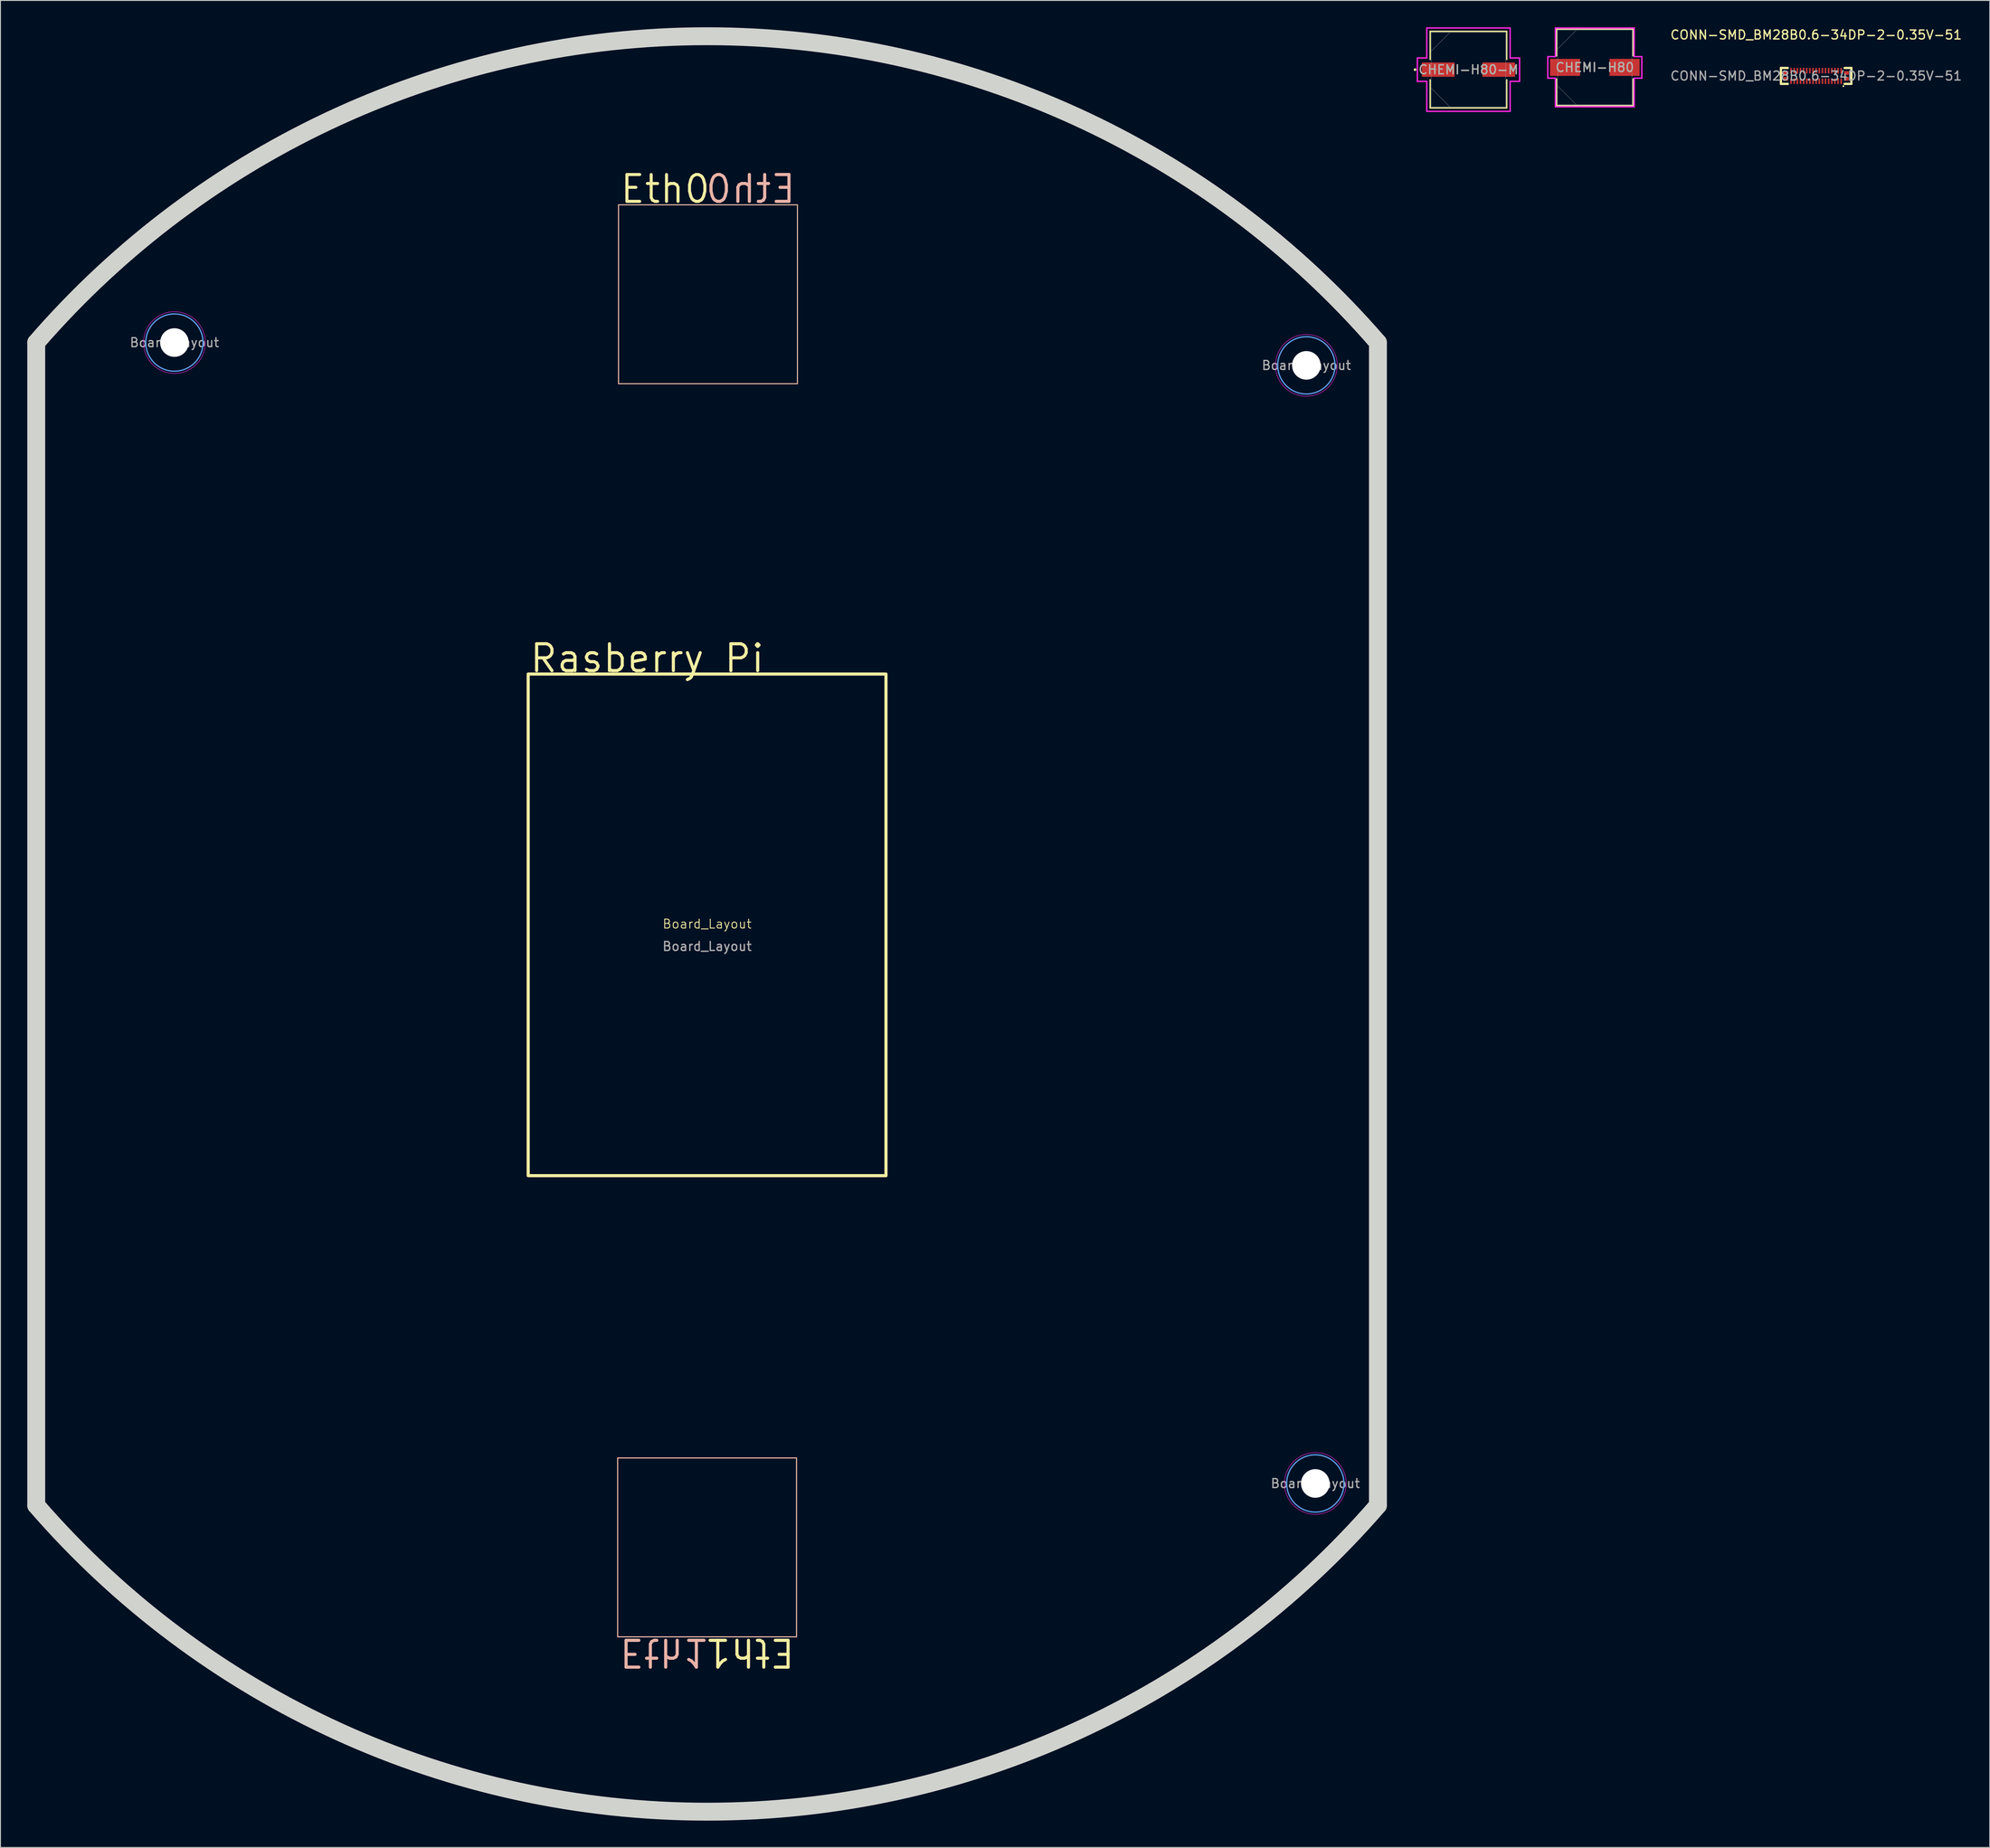
<source format=kicad_pcb>
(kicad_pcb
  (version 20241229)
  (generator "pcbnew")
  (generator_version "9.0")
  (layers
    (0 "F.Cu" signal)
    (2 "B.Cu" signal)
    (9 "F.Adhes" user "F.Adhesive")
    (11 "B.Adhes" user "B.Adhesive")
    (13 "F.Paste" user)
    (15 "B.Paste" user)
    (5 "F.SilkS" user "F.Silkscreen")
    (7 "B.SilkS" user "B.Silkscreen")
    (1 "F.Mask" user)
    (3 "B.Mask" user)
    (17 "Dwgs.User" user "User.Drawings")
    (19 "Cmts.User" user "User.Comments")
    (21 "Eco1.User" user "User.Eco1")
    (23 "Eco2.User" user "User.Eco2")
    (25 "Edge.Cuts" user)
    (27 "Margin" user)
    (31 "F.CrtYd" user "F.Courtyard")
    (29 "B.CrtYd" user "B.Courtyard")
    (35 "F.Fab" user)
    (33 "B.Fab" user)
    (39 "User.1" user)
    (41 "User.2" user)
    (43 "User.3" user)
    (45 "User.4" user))
  (footprint "Board_Layout"
    (layer "F.Cu")
    (at 76 100.247)
    (property "Reference" "Board_Layout" (at 0 0 0) (unlocked yes) (layer "F.SilkS") (effects (font (size 1 1) (thickness 0.1))))
    (attr smd)
    (fp_rect (start -20 -27.94) (end 20 28.14) (stroke (width 0.35) (type default)) (fill no) (layer "F.SilkS"))
    (fp_rect (start -9.9 -80.4) (end 10.1 -60.4) (stroke (width 0.1) (type default)) (fill no) (layer "F.SilkS"))
    (fp_rect (start 10 79.7) (end -10 59.7) (stroke (width 0.1) (type default)) (fill no) (layer "F.SilkS"))
    (fp_rect (start -9.9 -80.4) (end 10.1 -60.4) (stroke (width 0.1) (type default)) (fill no) (layer "B.SilkS"))
    (fp_rect (start 10 79.7) (end -10 59.7) (stroke (width 0.1) (type default)) (fill no) (layer "B.SilkS"))
    (fp_rect (start 10 79.7) (end -10 59.7) (stroke (width 0.1) (type default)) (fill no) (layer "B.SilkS"))
    (fp_circle (center -59.55 -65) (end -56.35 -65) (stroke (width 0.15) (type solid)) (fill no) (layer "Cmts.User"))
    (fp_circle (center 67 -62.45) (end 70.2 -62.45) (stroke (width 0.15) (type solid)) (fill no) (layer "Cmts.User"))
    (fp_circle (center 68 62.55) (end 71.2 62.55) (stroke (width 0.15) (type solid)) (fill no) (layer "Cmts.User"))
    (fp_line (start -75 65) (end -75 -65) (stroke (width 2) (type default)) (layer "Edge.Cuts"))
    (fp_line (start 75 65) (end 75 -65) (stroke (width 2) (type default)) (layer "Edge.Cuts"))
    (fp_arc (start -75 -65) (mid 0 -99.247167) (end 75 -65) (stroke (width 2) (type default)) (layer "Edge.Cuts"))
    (fp_arc (start 75 65) (mid 0 99.244889) (end -75 65) (stroke (width 2) (type default)) (layer "Edge.Cuts"))
    (fp_circle (center -59.55 -65) (end -56.1 -65) (stroke (width 0.05) (type solid)) (fill no) (layer "F.CrtYd"))
    (fp_circle (center 67 -62.45) (end 70.45 -62.45) (stroke (width 0.05) (type solid)) (fill no) (layer "F.CrtYd"))
    (fp_circle (center 68 62.55) (end 71.45 62.55) (stroke (width 0.05) (type solid)) (fill no) (layer "F.CrtYd"))
    (fp_text user "Rasberry Pi" (at -20 -27.94 0) (unlocked yes) (layer "F.SilkS") (effects (font (size 3 3) (thickness 0.35)) (justify left bottom)))
    (fp_text user "Eth0" (at -9.9 -80.4 0) (unlocked yes) (layer "F.SilkS") (effects (font (size 3 3) (thickness 0.34)) (justify left bottom)))
    (fp_text user "Eth1" (at 10 79.7 180) (unlocked yes) (layer "F.SilkS") (effects (font (size 3 3) (thickness 0.35)) (justify left bottom)))
    (fp_text user "Eth0" (at 10.1 -80.4 0) (unlocked yes) (layer "B.SilkS") (effects (font (size 3 3) (thickness 0.35)) (justify left bottom mirror)))
    (fp_text user "Eth1" (at -10 79.7 180) (unlocked yes) (layer "B.SilkS") (effects (font (size 3 3) (thickness 0.35)) (justify left bottom mirror)))
    (fp_text user "${REFERENCE}" (at 67 -62.45 0) (layer "F.Fab") (effects (font (size 1 1) (thickness 0.15))))
    (fp_text user "${REFERENCE}" (at 68 62.55 0) (layer "F.Fab") (effects (font (size 1 1) (thickness 0.15))))
    (fp_text user "${REFERENCE}" (at -59.55 -65 0) (layer "F.Fab") (effects (font (size 1 1) (thickness 0.15))))
    (fp_text user "${REFERENCE}" (at 0 2.5 0) (unlocked yes) (layer "F.Fab") (effects (font (size 1 1) (thickness 0.15))))
    (pad "" np_thru_hole circle (at -59.55 -65) (size 3.2 3.2) (drill 3.2) (layers "*.Cu" "*.Mask"))
    (pad "" np_thru_hole circle (at 67 -62.45) (size 3.2 3.2) (drill 3.2) (layers "*.Cu" "*.Mask"))
    (pad "" np_thru_hole circle (at 68 62.55) (size 3.2 3.2) (drill 3.2) (layers "*.Cu" "*.Mask")))
  (footprint "CHEMI-H80"
    (layer "F.Cu")
    (at 175.247 4.483)
    (property "Reference" "CHEMI-H80" (at 0 0 0) (unlocked yes) (layer "F.SilkS") (effects (font (size 1 1) (thickness 0.15))))
    (attr smd)
    (fp_line (start -4.28 -4.28) (end -4.28 -1.285) (stroke (width 0.152) (type solid)) (layer "F.SilkS"))
    (fp_line (start -4.28 1.285) (end -4.28 4.28) (stroke (width 0.152) (type solid)) (layer "F.SilkS"))
    (fp_line (start -4.28 4.28) (end 4.28 4.28) (stroke (width 0.152) (type solid)) (layer "F.SilkS"))
    (fp_line (start 4.28 -4.28) (end -4.28 -4.28) (stroke (width 0.152) (type solid)) (layer "F.SilkS"))
    (fp_line (start 4.28 -1.285) (end 4.28 -4.28) (stroke (width 0.152) (type solid)) (layer "F.SilkS"))
    (fp_line (start 4.28 4.28) (end 4.28 1.285) (stroke (width 0.152) (type solid)) (layer "F.SilkS"))
    (fp_line (start -5.258 -1.206) (end -4.407 -1.206) (stroke (width 0.152) (type solid)) (layer "F.CrtYd"))
    (fp_line (start -5.258 1.206) (end -5.258 -1.206) (stroke (width 0.152) (type solid)) (layer "F.CrtYd"))
    (fp_line (start -4.407 -4.407) (end 4.407 -4.407) (stroke (width 0.152) (type solid)) (layer "F.CrtYd"))
    (fp_line (start -4.407 -1.206) (end -4.407 -4.407) (stroke (width 0.152) (type solid)) (layer "F.CrtYd"))
    (fp_line (start -4.407 1.206) (end -5.258 1.206) (stroke (width 0.152) (type solid)) (layer "F.CrtYd"))
    (fp_line (start -4.407 4.407) (end -4.407 1.206) (stroke (width 0.152) (type solid)) (layer "F.CrtYd"))
    (fp_line (start 4.407 -4.407) (end 4.407 -1.206) (stroke (width 0.152) (type solid)) (layer "F.CrtYd"))
    (fp_line (start 4.407 -1.206) (end 5.258 -1.206) (stroke (width 0.152) (type solid)) (layer "F.CrtYd"))
    (fp_line (start 4.407 1.206) (end 4.407 4.407) (stroke (width 0.152) (type solid)) (layer "F.CrtYd"))
    (fp_line (start 4.407 4.407) (end -4.407 4.407) (stroke (width 0.152) (type solid)) (layer "F.CrtYd"))
    (fp_line (start 5.258 -1.206) (end 5.258 1.206) (stroke (width 0.152) (type solid)) (layer "F.CrtYd"))
    (fp_line (start 5.258 1.206) (end 4.407 1.206) (stroke (width 0.152) (type solid)) (layer "F.CrtYd"))
    (fp_line (start -4.153 -4.153) (end -4.153 4.153) (stroke (width 0.025) (type solid)) (layer "F.Fab"))
    (fp_line (start -4.153 -2.076) (end -2.076 -4.153) (stroke (width 0.025) (type solid)) (layer "F.Fab"))
    (fp_line (start -4.153 2.076) (end -2.076 4.153) (stroke (width 0.025) (type solid)) (layer "F.Fab"))
    (fp_line (start -4.153 4.153) (end 4.153 4.153) (stroke (width 0.025) (type solid)) (layer "F.Fab"))
    (fp_line (start 4.153 -4.153) (end -4.153 -4.153) (stroke (width 0.025) (type solid)) (layer "F.Fab"))
    (fp_line (start 4.153 4.153) (end 4.153 -4.153) (stroke (width 0.025) (type solid)) (layer "F.Fab"))
    (fp_circle (center -3.645 0) (end -3.645 0) (stroke (width 0.025) (type solid)) (fill no) (layer "F.Fab"))
    (fp_text user "${REFERENCE}" (at 0 0 0) (unlocked yes) (layer "F.Fab") (effects (font (size 1 1) (thickness 0.15))))
    (pad "1" smd rect (at -3.327 0) (size 3.353 1.905) (layers "F.Cu" "F.Mask" "F.Paste"))
    (pad "2" smd rect (at 3.327 0) (size 3.353 1.905) (layers "F.Cu" "F.Mask" "F.Paste"))
    (zone (net_name "") (layer "F.Cu") (hatch full 0.508) (connect_pads) (min_thickness 0.254) (filled_areas_thickness no) (keepout (tracks not_allowed) (vias not_allowed) (pads allowed) (copperpour not_allowed) (footprints allowed)) (placement (enabled no)) (fill) (polygon (pts (xy 171.144 0.381) (xy 179.349 0.381) (xy 179.349 3.48) (xy 171.144 3.48))))
    (zone (net_name "") (layer "F.Cu") (hatch full 0.508) (connect_pads) (min_thickness 0.254) (filled_areas_thickness no) (keepout (tracks not_allowed) (vias not_allowed) (pads allowed) (copperpour not_allowed) (footprints allowed)) (placement (enabled no)) (fill) (polygon (pts (xy 171.144 5.486) (xy 179.349 5.486) (xy 179.349 8.585) (xy 171.144 8.585))))
    (zone (net_name "") (layer "F.Cu") (hatch full 0.508) (connect_pads) (min_thickness 0.254) (filled_areas_thickness no) (keepout (tracks not_allowed) (vias not_allowed) (pads allowed) (copperpour not_allowed) (footprints allowed)) (placement (enabled no)) (fill) (polygon (pts (xy 173.646 3.48) (xy 176.847 3.48) (xy 176.847 5.486) (xy 173.646 5.486)))))
  (footprint "CHEMI-H80-M"
    (layer "F.Cu")
    (at 161.121 4.737)
    (property "Reference" "CHEMI-H80-M" (at 0 0 0) (unlocked yes) (layer "F.SilkS") (effects (font (size 1 1) (thickness 0.15))))
    (attr smd)
    (fp_line (start -4.28 -4.28) (end -4.28 -1.133) (stroke (width 0.152) (type solid)) (layer "F.SilkS"))
    (fp_line (start -4.28 1.133) (end -4.28 4.28) (stroke (width 0.152) (type solid)) (layer "F.SilkS"))
    (fp_line (start -4.28 4.28) (end 4.28 4.28) (stroke (width 0.152) (type solid)) (layer "F.SilkS"))
    (fp_line (start 4.28 -4.28) (end -4.28 -4.28) (stroke (width 0.152) (type solid)) (layer "F.SilkS"))
    (fp_line (start 4.28 -1.133) (end 4.28 -4.28) (stroke (width 0.152) (type solid)) (layer "F.SilkS"))
    (fp_line (start 4.28 4.28) (end 4.28 1.133) (stroke (width 0.152) (type solid)) (layer "F.SilkS"))
    (fp_circle (center -5.969 0) (end -5.893 0) (stroke (width 0.152) (type solid)) (fill no) (layer "F.SilkS"))
    (fp_line (start -5.715 -1.308) (end -4.661 -1.308) (stroke (width 0.152) (type solid)) (layer "F.CrtYd"))
    (fp_line (start -5.715 1.308) (end -5.715 -1.308) (stroke (width 0.152) (type solid)) (layer "F.CrtYd"))
    (fp_line (start -4.661 -4.661) (end 4.661 -4.661) (stroke (width 0.152) (type solid)) (layer "F.CrtYd"))
    (fp_line (start -4.661 -1.308) (end -4.661 -4.661) (stroke (width 0.152) (type solid)) (layer "F.CrtYd"))
    (fp_line (start -4.661 1.308) (end -5.715 1.308) (stroke (width 0.152) (type solid)) (layer "F.CrtYd"))
    (fp_line (start -4.661 4.661) (end -4.661 1.308) (stroke (width 0.152) (type solid)) (layer "F.CrtYd"))
    (fp_line (start 4.661 -4.661) (end 4.661 -1.308) (stroke (width 0.152) (type solid)) (layer "F.CrtYd"))
    (fp_line (start 4.661 -1.308) (end 5.715 -1.308) (stroke (width 0.152) (type solid)) (layer "F.CrtYd"))
    (fp_line (start 4.661 1.308) (end 4.661 4.661) (stroke (width 0.152) (type solid)) (layer "F.CrtYd"))
    (fp_line (start 4.661 4.661) (end -4.661 4.661) (stroke (width 0.152) (type solid)) (layer "F.CrtYd"))
    (fp_line (start 5.715 -1.308) (end 5.715 1.308) (stroke (width 0.152) (type solid)) (layer "F.CrtYd"))
    (fp_line (start 5.715 1.308) (end 4.661 1.308) (stroke (width 0.152) (type solid)) (layer "F.CrtYd"))
    (fp_line (start -4.153 -4.153) (end -4.153 4.153) (stroke (width 0.025) (type solid)) (layer "F.Fab"))
    (fp_line (start -4.153 -2.076) (end -2.076 -4.153) (stroke (width 0.025) (type solid)) (layer "F.Fab"))
    (fp_line (start -4.153 2.076) (end -2.076 4.153) (stroke (width 0.025) (type solid)) (layer "F.Fab"))
    (fp_line (start -4.153 4.153) (end 4.153 4.153) (stroke (width 0.025) (type solid)) (layer "F.Fab"))
    (fp_line (start 4.153 -4.153) (end -4.153 -4.153) (stroke (width 0.025) (type solid)) (layer "F.Fab"))
    (fp_line (start 4.153 4.153) (end 4.153 -4.153) (stroke (width 0.025) (type solid)) (layer "F.Fab"))
    (fp_circle (center -3.645 0) (end -3.569 0) (stroke (width 0.025) (type solid)) (fill no) (layer "F.Fab"))
    (fp_text user "${REFERENCE}" (at 0 0 0) (unlocked yes) (layer "F.Fab") (effects (font (size 1 1) (thickness 0.15))))
    (pad "1" smd rect (at -3.378 0) (size 3.658 1.6) (layers "F.Cu" "F.Mask" "F.Paste"))
    (pad "2" smd rect (at 3.378 0) (size 3.658 1.6) (layers "F.Cu" "F.Mask" "F.Paste"))
    (zone (net_name "") (layer "F.Cu") (hatch full 0.508) (connect_pads) (min_thickness 0.254) (filled_areas_thickness no) (keepout (tracks not_allowed) (vias not_allowed) (pads allowed) (copperpour not_allowed) (footprints allowed)) (placement (enabled no)) (fill) (polygon (pts (xy 157.019 0.635) (xy 165.224 0.635) (xy 165.224 3.886) (xy 157.019 3.886))))
    (zone (net_name "") (layer "F.Cu") (hatch full 0.508) (connect_pads) (min_thickness 0.254) (filled_areas_thickness no) (keepout (tracks not_allowed) (vias not_allowed) (pads allowed) (copperpour not_allowed) (footprints allowed)) (placement (enabled no)) (fill) (polygon (pts (xy 157.019 5.588) (xy 165.224 5.588) (xy 165.224 8.839) (xy 157.019 8.839))))
    (zone (net_name "") (layer "F.Cu") (hatch full 0.508) (connect_pads) (min_thickness 0.254) (filled_areas_thickness no) (keepout (tracks not_allowed) (vias not_allowed) (pads allowed) (copperpour not_allowed) (footprints allowed)) (placement (enabled no)) (fill) (polygon (pts (xy 159.623 3.886) (xy 162.62 3.886) (xy 162.62 5.588) (xy 159.623 5.588)))))
  (footprint "CONN-SMD_BM28B0.6-34DP-2-0.35V-51"
    (layer "F.Cu")
    (at 199.991 5.438)
    (property "Reference" "CONN-SMD_BM28B0.6-34DP-2-0.35V-51" (at 0 -4.59 0) (layer "F.SilkS") (effects (font (size 1 1) (thickness 0.15))))
    (attr smd)
    (fp_line (start -3.94 -0.89) (end -3.94 0.89) (stroke (width 0.25) (type solid)) (layer "F.SilkS"))
    (fp_line (start -3.94 0.89) (end -3.17 0.89) (stroke (width 0.25) (type solid)) (layer "F.SilkS"))
    (fp_line (start -3.81 -0.89) (end -3.94 -0.89) (stroke (width 0.25) (type solid)) (layer "F.SilkS"))
    (fp_line (start -3.17 -0.89) (end -3.81 -0.89) (stroke (width 0.25) (type solid)) (layer "F.SilkS"))
    (fp_line (start 3.18 0.89) (end 3.94 0.89) (stroke (width 0.25) (type solid)) (layer "F.SilkS"))
    (fp_line (start 3.94 -0.89) (end 3.18 -0.89) (stroke (width 0.25) (type solid)) (layer "F.SilkS"))
    (fp_line (start 3.94 0.89) (end 3.94 -0.89) (stroke (width 0.25) (type solid)) (layer "F.SilkS"))
    (fp_circle (center 3.05 1.14) (end 3.1 1.14) (stroke (width 0.1) (type solid)) (fill no) (layer "F.SilkS"))
    (fp_circle (center 3.93 0.75) (end 3.96 0.75) (stroke (width 0.06) (type solid)) (fill no) (layer "F.Fab"))
    (fp_text user "${REFERENCE}" (at 0 0 0) (layer "F.Fab") (effects (font (size 1 1) (thickness 0.15))))
    (pad "1" smd rect (at -2.8 0.59) (size 0.18 0.62) (layers "F.Cu" "F.Mask" "F.Paste"))
    (pad "2" smd rect (at -2.8 -0.59) (size 0.18 0.62) (layers "F.Cu" "F.Mask" "F.Paste"))
    (pad "3" smd rect (at -2.45 0.59) (size 0.18 0.62) (layers "F.Cu" "F.Mask" "F.Paste"))
    (pad "4" smd rect (at -2.45 -0.59) (size 0.18 0.62) (layers "F.Cu" "F.Mask" "F.Paste"))
    (pad "5" smd rect (at -2.1 0.59) (size 0.18 0.62) (layers "F.Cu" "F.Mask" "F.Paste"))
    (pad "6" smd rect (at -2.1 -0.59) (size 0.18 0.62) (layers "F.Cu" "F.Mask" "F.Paste"))
    (pad "7" smd rect (at -1.75 0.59) (size 0.18 0.62) (layers "F.Cu" "F.Mask" "F.Paste"))
    (pad "8" smd rect (at -1.75 -0.59) (size 0.18 0.62) (layers "F.Cu" "F.Mask" "F.Paste"))
    (pad "9" smd rect (at -1.4 0.59) (size 0.18 0.62) (layers "F.Cu" "F.Mask" "F.Paste"))
    (pad "10" smd rect (at -1.4 -0.59) (size 0.18 0.62) (layers "F.Cu" "F.Mask" "F.Paste"))
    (pad "11" smd rect (at -1.05 0.59) (size 0.18 0.62) (layers "F.Cu" "F.Mask" "F.Paste"))
    (pad "12" smd rect (at -1.05 -0.59) (size 0.18 0.62) (layers "F.Cu" "F.Mask" "F.Paste"))
    (pad "13" smd rect (at -0.7 0.59) (size 0.18 0.62) (layers "F.Cu" "F.Mask" "F.Paste"))
    (pad "14" smd rect (at -0.7 -0.59) (size 0.18 0.62) (layers "F.Cu" "F.Mask" "F.Paste"))
    (pad "15" smd rect (at -0.35 0.59) (size 0.18 0.62) (layers "F.Cu" "F.Mask" "F.Paste"))
    (pad "16" smd rect (at -0.35 -0.59) (size 0.18 0.62) (layers "F.Cu" "F.Mask" "F.Paste"))
    (pad "17" smd rect (at 0 0.59) (size 0.18 0.62) (layers "F.Cu" "F.Mask" "F.Paste"))
    (pad "18" smd rect (at 0 -0.59) (size 0.18 0.62) (layers "F.Cu" "F.Mask" "F.Paste"))
    (pad "19" smd rect (at 0.35 0.59) (size 0.18 0.62) (layers "F.Cu" "F.Mask" "F.Paste"))
    (pad "20" smd rect (at 0.35 -0.59) (size 0.18 0.62) (layers "F.Cu" "F.Mask" "F.Paste"))
    (pad "21" smd rect (at 0.7 0.59) (size 0.18 0.62) (layers "F.Cu" "F.Mask" "F.Paste"))
    (pad "22" smd rect (at 0.7 -0.59) (size 0.18 0.62) (layers "F.Cu" "F.Mask" "F.Paste"))
    (pad "23" smd rect (at 1.05 0.59) (size 0.18 0.62) (layers "F.Cu" "F.Mask" "F.Paste"))
    (pad "24" smd rect (at 1.05 -0.59) (size 0.18 0.62) (layers "F.Cu" "F.Mask" "F.Paste"))
    (pad "25" smd rect (at 1.4 0.59) (size 0.18 0.62) (layers "F.Cu" "F.Mask" "F.Paste"))
    (pad "26" smd rect (at 1.4 -0.59) (size 0.18 0.62) (layers "F.Cu" "F.Mask" "F.Paste"))
    (pad "27" smd rect (at 1.75 0.59) (size 0.18 0.62) (layers "F.Cu" "F.Mask" "F.Paste"))
    (pad "28" smd rect (at 1.75 -0.59) (size 0.18 0.62) (layers "F.Cu" "F.Mask" "F.Paste"))
    (pad "29" smd rect (at 2.1 0.59) (size 0.18 0.62) (layers "F.Cu" "F.Mask" "F.Paste"))
    (pad "30" smd rect (at 2.1 -0.59) (size 0.18 0.62) (layers "F.Cu" "F.Mask" "F.Paste"))
    (pad "31" smd rect (at 2.45 0.59) (size 0.18 0.62) (layers "F.Cu" "F.Mask" "F.Paste"))
    (pad "32" smd rect (at 2.45 -0.59) (size 0.18 0.62) (layers "F.Cu" "F.Mask" "F.Paste"))
    (pad "33" smd rect (at 2.8 0.59) (size 0.18 0.62) (layers "F.Cu" "F.Mask" "F.Paste"))
    (pad "34" smd rect (at 2.8 -0.59) (size 0.18 0.62) (layers "F.Cu" "F.Mask" "F.Paste"))
    (pad "35" smd rect (at -3.39 -0.33) (size 0.52 0.4) (layers "F.Cu" "F.Mask" "F.Paste"))
    (pad "36" smd rect (at -3.39 0.32) (size 0.52 0.4) (layers "F.Cu" "F.Mask" "F.Paste"))
    (pad "37" smd rect (at 3.39 0.32) (size 0.52 0.4) (layers "F.Cu" "F.Mask" "F.Paste"))
    (pad "38" smd rect (at 3.39 -0.33) (size 0.52 0.4) (layers "F.Cu" "F.Mask" "F.Paste")))
  (gr_rect
    (start -3 -3)
    (end 219.402 203.492)
    (stroke (width 0.1) (type default))
    (fill no)
    (layer "Edge.Cuts")))
</source>
